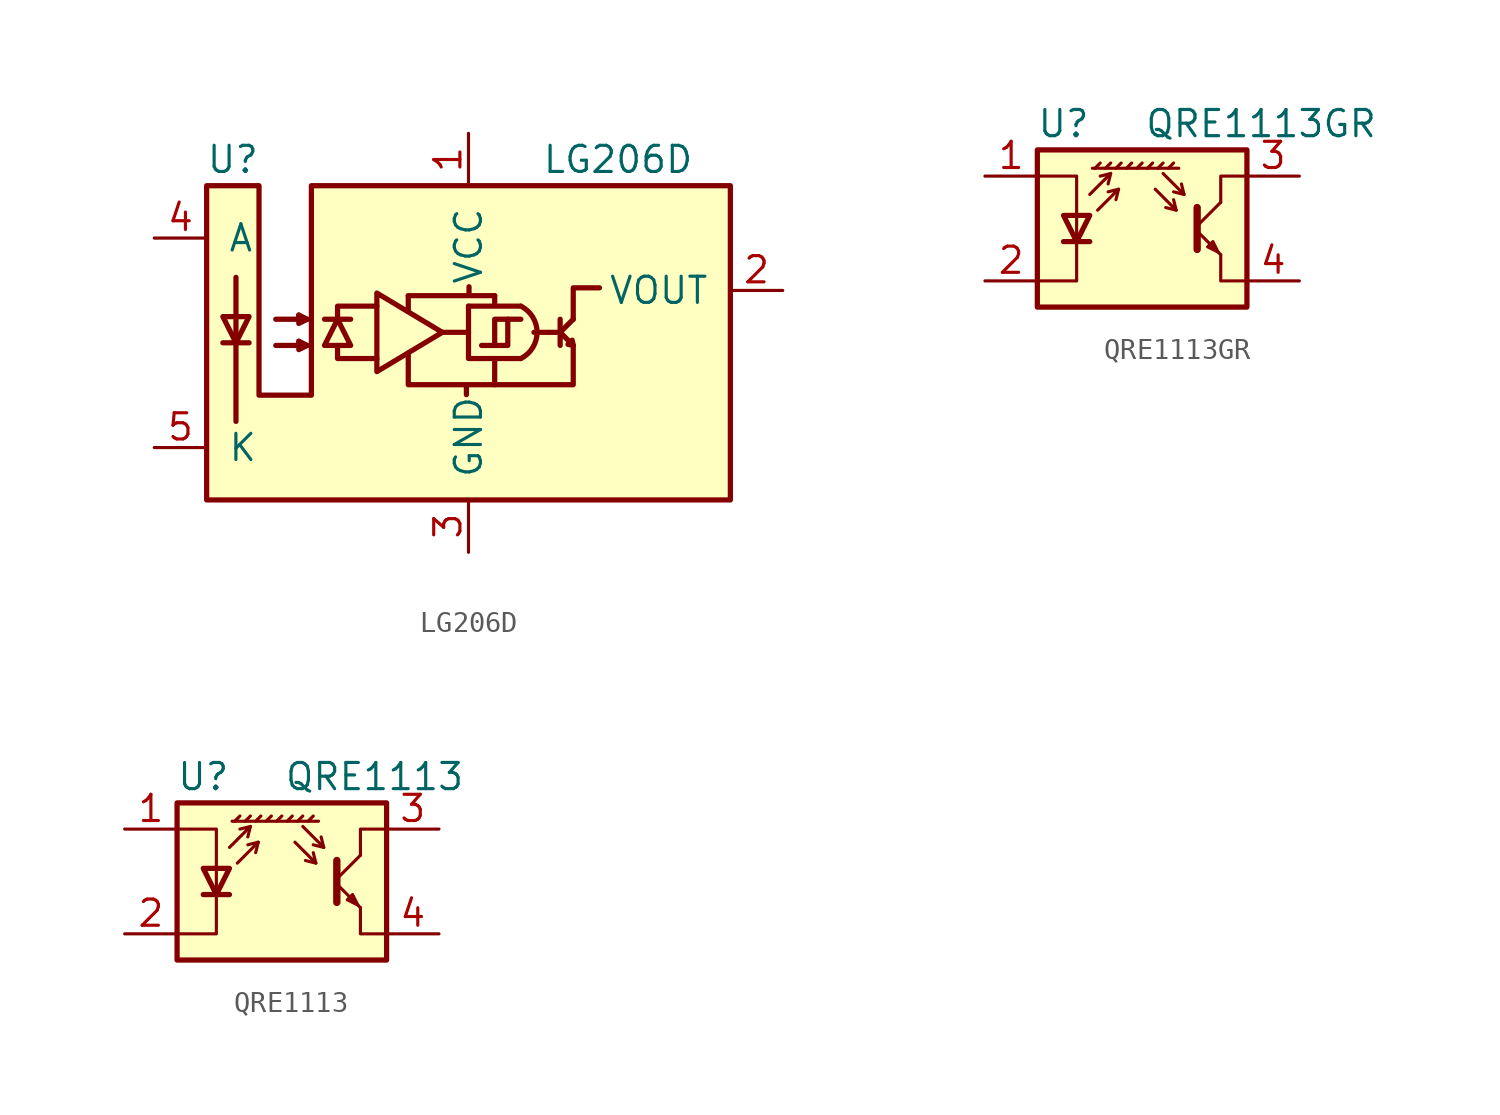
<source format=kicad_sym>
(kicad_symbol_lib
  (version 20211014)
  (generator kicad_symbol_editor)
  (symbol "LG206D"
    (pin_names
      (offset 1.016))
    (property "Reference" "U"
      (at -11.43 8.89 0)
      (effects (font (size 1.27 1.27))))
    (property "Value" "LG206D"
      (at 3.556 8.89 0)
      (effects (font (size 1.27 1.27)) (justify left)))
    (symbol "LG206D_0_1"
      (polyline (pts (xy -11.913 0) (xy -10.643 0)) (stroke (width 0.254) (type default) (color 0 0 0 0)) (fill (type none)))
      (polyline (pts (xy -11.278 -3.81) (xy -11.278 3.175)) (stroke (width 0.254) (type default) (color 0 0 0 0)) (fill (type none)))
      (polyline (pts (xy -6.985 1.143) (xy -5.715 1.143)) (stroke (width 0.254) (type default) (color 0 0 0 0)) (fill (type none)))
      (polyline (pts (xy -2.921 1.524) (xy -2.921 2.286)) (stroke (width 0.254) (type default) (color 0 0 0 0)) (fill (type none)))
      (polyline (pts (xy -2.921 2.286) (xy 1.27 2.286)) (stroke (width 0.254) (type default) (color 0 0 0 0)) (fill (type none)))
      (polyline (pts (xy -1.27 0.508) (xy 0 0.508)) (stroke (width 0.254) (type default) (color 0 0 0 0)) (fill (type none)))
      (polyline (pts (xy -0.102 -2.515) (xy -0.102 -2.083)) (stroke (width 0.254) (type default) (color 0 0 0 0)) (fill (type none)))
      (polyline (pts (xy 0 1.778) (xy 2.54 1.778)) (stroke (width 0.254) (type default) (color 0 0 0 0)) (fill (type none)))
      (polyline (pts (xy 0.025 2.311) (xy 0.025 2.718)) (stroke (width 0.254) (type default) (color 0 0 0 0)) (fill (type none)))
      (polyline (pts (xy 1.27 1.93) (xy 1.27 2.286)) (stroke (width 0.254) (type default) (color 0 0 0 0)) (fill (type none)))
      (polyline (pts (xy 3.175 0.508) (xy 4.445 0.508)) (stroke (width 0.254) (type default) (color 0 0 0 0)) (fill (type none)))
      (polyline (pts (xy 4.445 0.508) (xy 5.08 -0.127)) (stroke (width 0.254) (type default) (color 0 0 0 0)) (fill (type none)))
      (polyline (pts (xy 4.445 0.508) (xy 5.08 1.143)) (stroke (width 0.254) (type default) (color 0 0 0 0)) (fill (type none)))
      (polyline (pts (xy 4.445 1.143) (xy 4.445 -0.127)) (stroke (width 0.254) (type default) (color 0 0 0 0)) (fill (type none)))
      (polyline (pts (xy -9.347 -0.127) (xy -7.823 -0.127) (xy -8.23 0.076)) (stroke (width 0.254) (type default) (color 0 0 0 0)) (fill (type none)))
      (polyline (pts (xy -9.347 1.143) (xy -7.823 1.143) (xy -8.23 1.346)) (stroke (width 0.254) (type default) (color 0 0 0 0)) (fill (type none)))
      (polyline (pts (xy -8.23 0.076) (xy -8.23 -0.33) (xy -7.823 -0.127)) (stroke (width 0.254) (type default) (color 0 0 0 0)) (fill (type none)))
      (polyline (pts (xy -8.23 1.346) (xy -8.23 0.94) (xy -7.823 1.143)) (stroke (width 0.254) (type default) (color 0 0 0 0)) (fill (type none)))
      (polyline (pts (xy -6.35 -0.127) (xy -6.35 -0.762) (xy -4.445 -0.762)) (stroke (width 0.254) (type default) (color 0 0 0 0)) (fill (type none)))
      (polyline (pts (xy -6.35 1.143) (xy -6.35 1.778) (xy -4.445 1.778)) (stroke (width 0.254) (type default) (color 0 0 0 0)) (fill (type none)))
      (polyline (pts (xy 0 1.778) (xy 0 -0.762) (xy 2.54 -0.762)) (stroke (width 0.254) (type default) (color 0 0 0 0)) (fill (type none)))
      (polyline (pts (xy 1.27 -2.032) (xy -2.921 -2.032) (xy -2.921 -0.508)) (stroke (width 0.254) (type default) (color 0 0 0 0)) (fill (type none)))
      (polyline (pts (xy 1.905 1.143) (xy 1.27 1.143) (xy 1.27 -0.127)) (stroke (width 0.254) (type default) (color 0 0 0 0)) (fill (type none)))
      (polyline (pts (xy 5.08 1.143) (xy 5.08 2.667) (xy 6.35 2.667)) (stroke (width 0.254) (type default) (color 0 0 0 0)) (fill (type none)))
      (polyline (pts (xy -11.913 1.27) (xy -10.643 1.27) (xy -11.278 0) (xy -11.913 1.27)) (stroke (width 0.254) (type default) (color 0 0 0 0)) (fill (type none)))
      (polyline (pts (xy -6.985 -0.127) (xy -5.715 -0.127) (xy -6.35 1.143) (xy -6.985 -0.127)) (stroke (width 0.254) (type default) (color 0 0 0 0)) (fill (type none)))
      (polyline (pts (xy -4.445 2.413) (xy -4.445 -1.397) (xy -1.27 0.508) (xy -4.445 2.413)) (stroke (width 0.254) (type default) (color 0 0 0 0)) (fill (type none)))
      (polyline (pts (xy 0.635 -0.127) (xy 1.905 -0.127) (xy 1.905 1.143) (xy 2.54 1.143)) (stroke (width 0.254) (type default) (color 0 0 0 0)) (fill (type none)))
      (polyline (pts (xy 1.27 -0.762) (xy 1.27 -2.032) (xy 5.08 -2.032) (xy 5.08 -0.127)) (stroke (width 0.254) (type default) (color 0 0 0 0)) (fill (type none)))
      (polyline (pts (xy 5.08 -0.127) (xy 4.826 -0.076) (xy 5.029 0.127) (xy 5.08 -0.127)) (stroke (width 0.254) (type default) (color 0 0 0 0)) (fill (type none)))
      (polyline (pts (xy -12.7 -7.62) (xy 12.7 -7.62) (xy 12.7 7.62) (xy -7.62 7.62) (xy -7.62 -2.54) (xy -10.16 -2.54) (xy -10.16 7.62) (xy -12.7 7.62) (xy -12.7 -7.62)) (stroke (width 0.254) (type default) (color 0 0 0 0)) (fill (type background)))
      (arc (start 2.54 -0.762) (mid 3.3249 0.508) (end 2.54 1.778) (stroke (width 0.254) (type default) (color 0 0 0 0)) (fill (type none))))
    (symbol "LG206D_1_1"
      (pin power_in line (at 0 10.16 270) (length 2.54) (name "VCC" (effects (font (size 1.27 1.27)))) (number "1" (effects (font (size 1.27 1.27)))))
      (pin open_collector line (at 15.24 2.54 180) (length 2.54) (name "VOUT" (effects (font (size 1.27 1.27)))) (number "2" (effects (font (size 1.27 1.27)))))
      (pin power_in line (at 0 -10.16 90) (length 2.54) (name "GND" (effects (font (size 1.27 1.27)))) (number "3" (effects (font (size 1.27 1.27)))))
      (pin passive line (at -15.24 5.08 0) (length 2.54) (name "A" (effects (font (size 1.27 1.27)))) (number "4" (effects (font (size 1.27 1.27)))))
      (pin passive line (at -15.24 -5.08 0) (length 2.54) (name "K" (effects (font (size 1.27 1.27)))) (number "5" (effects (font (size 1.27 1.27)))))))
  (symbol "QRE1113GR"
    (pin_names
      (offset 0.025) hide)
    (property "Reference" "U"
      (at -3.81 5.08 0)
      (effects (font (size 1.27 1.27))))
    (property "Value" "QRE1113GR"
      (at 11.43 5.08 0)
      (effects (font (size 1.27 1.27)) (justify right)))
    (symbol "QRE1113GR_0_1"
      (polyline (pts (xy -3.81 -0.635) (xy -2.54 -0.635)) (stroke (width 0.254) (type default) (color 0 0 0 0)) (fill (type none)))
      (polyline (pts (xy -2.286 2.921) (xy -2.032 3.175)) (stroke (width 0) (type default) (color 0 0 0 0)) (fill (type none)))
      (polyline (pts (xy -1.778 2.921) (xy -1.524 3.175)) (stroke (width 0) (type default) (color 0 0 0 0)) (fill (type none)))
      (polyline (pts (xy -1.524 2.667) (xy -1.651 2.159)) (stroke (width 0) (type default) (color 0 0 0 0)) (fill (type none)))
      (polyline (pts (xy -1.27 2.921) (xy -1.016 3.175)) (stroke (width 0) (type default) (color 0 0 0 0)) (fill (type none)))
      (polyline (pts (xy -1.143 1.905) (xy -1.27 1.397)) (stroke (width 0) (type default) (color 0 0 0 0)) (fill (type none)))
      (polyline (pts (xy -0.762 2.921) (xy -0.508 3.175)) (stroke (width 0) (type default) (color 0 0 0 0)) (fill (type none)))
      (polyline (pts (xy -0.254 2.921) (xy 0 3.175)) (stroke (width 0) (type default) (color 0 0 0 0)) (fill (type none)))
      (polyline (pts (xy 0.254 2.921) (xy 0.508 3.175)) (stroke (width 0) (type default) (color 0 0 0 0)) (fill (type none)))
      (polyline (pts (xy 0.762 2.921) (xy 1.016 3.175)) (stroke (width 0) (type default) (color 0 0 0 0)) (fill (type none)))
      (polyline (pts (xy 1.27 2.921) (xy 1.524 3.175)) (stroke (width 0) (type default) (color 0 0 0 0)) (fill (type none)))
      (polyline (pts (xy 1.651 0.889) (xy 1.143 1.016)) (stroke (width 0) (type default) (color 0 0 0 0)) (fill (type none)))
      (polyline (pts (xy 1.778 2.921) (xy -2.413 2.921)) (stroke (width 0) (type default) (color 0 0 0 0)) (fill (type none)))
      (polyline (pts (xy 2.032 1.651) (xy 1.524 1.778)) (stroke (width 0) (type default) (color 0 0 0 0)) (fill (type none)))
      (polyline (pts (xy 2.667 -0.127) (xy 3.81 -1.27)) (stroke (width 0) (type default) (color 0 0 0 0)) (fill (type none)))
      (polyline (pts (xy 2.667 0.127) (xy 3.81 1.27)) (stroke (width 0) (type default) (color 0 0 0 0)) (fill (type none)))
      (polyline (pts (xy -2.54 1.651) (xy -1.524 2.667) (xy -2.032 2.54)) (stroke (width 0) (type default) (color 0 0 0 0)) (fill (type none)))
      (polyline (pts (xy -2.159 0.889) (xy -1.143 1.905) (xy -1.651 1.778)) (stroke (width 0) (type default) (color 0 0 0 0)) (fill (type none)))
      (polyline (pts (xy 0.635 1.905) (xy 1.651 0.889) (xy 1.524 1.397)) (stroke (width 0) (type default) (color 0 0 0 0)) (fill (type none)))
      (polyline (pts (xy 1.016 2.667) (xy 2.032 1.651) (xy 1.905 2.159)) (stroke (width 0) (type default) (color 0 0 0 0)) (fill (type none)))
      (polyline (pts (xy 2.667 1.016) (xy 2.667 -1.016) (xy 2.667 -1.016)) (stroke (width 0.356) (type default) (color 0 0 0 0)) (fill (type none)))
      (polyline (pts (xy 3.81 -1.27) (xy 3.81 -2.54) (xy 5.08 -2.54)) (stroke (width 0) (type default) (color 0 0 0 0)) (fill (type none)))
      (polyline (pts (xy 3.81 1.27) (xy 3.81 2.54) (xy 5.08 2.54)) (stroke (width 0) (type default) (color 0 0 0 0)) (fill (type none)))
      (polyline (pts (xy -5.08 -2.54) (xy -3.175 -2.54) (xy -3.175 2.54) (xy -5.08 2.54)) (stroke (width 0) (type default) (color 0 0 0 0)) (fill (type none)))
      (polyline (pts (xy -3.175 -0.635) (xy -3.81 0.635) (xy -2.54 0.635) (xy -3.175 -0.635)) (stroke (width 0.254) (type default) (color 0 0 0 0)) (fill (type none)))
      (polyline (pts (xy 3.683 -1.143) (xy 3.429 -0.635) (xy 3.175 -0.889) (xy 3.683 -1.143)) (stroke (width 0) (type default) (color 0 0 0 0)) (fill (type none)))
      (polyline (pts (xy -5.08 -3.81) (xy 5.08 -3.81) (xy 5.08 3.81) (xy -5.08 3.81) (xy -5.08 -3.81)) (stroke (width 0.254) (type default) (color 0 0 0 0)) (fill (type background))))
    (symbol "QRE1113GR_1_1"
      (pin passive line (at -7.62 2.54 0) (length 2.54) (name "A" (effects (font (size 1.27 1.27)))) (number "1" (effects (font (size 1.27 1.27)))))
      (pin passive line (at -7.62 -2.54 0) (length 2.54) (name "K" (effects (font (size 1.27 1.27)))) (number "2" (effects (font (size 1.27 1.27)))))
      (pin open_collector line (at 7.62 2.54 180) (length 2.54) (name "~" (effects (font (size 1.27 1.27)))) (number "3" (effects (font (size 1.27 1.27)))))
      (pin open_emitter line (at 7.62 -2.54 180) (length 2.54) (name "~" (effects (font (size 1.27 1.27)))) (number "4" (effects (font (size 1.27 1.27)))))))
  (symbol "QRE1113"
    (pin_names
      (offset 0.025) hide)
    (property "Reference" "U"
      (at -3.81 5.08 0)
      (effects (font (size 1.27 1.27))))
    (property "Value" "QRE1113"
      (at 8.89 5.08 0)
      (effects (font (size 1.27 1.27)) (justify right)))
    (symbol "QRE1113_0_1"
      (polyline (pts (xy -3.81 -0.635) (xy -2.54 -0.635)) (stroke (width 0.254) (type default) (color 0 0 0 0)) (fill (type none)))
      (polyline (pts (xy -2.286 2.921) (xy -2.032 3.175)) (stroke (width 0) (type default) (color 0 0 0 0)) (fill (type none)))
      (polyline (pts (xy -1.778 2.921) (xy -1.524 3.175)) (stroke (width 0) (type default) (color 0 0 0 0)) (fill (type none)))
      (polyline (pts (xy -1.524 2.667) (xy -1.651 2.159)) (stroke (width 0) (type default) (color 0 0 0 0)) (fill (type none)))
      (polyline (pts (xy -1.27 2.921) (xy -1.016 3.175)) (stroke (width 0) (type default) (color 0 0 0 0)) (fill (type none)))
      (polyline (pts (xy -1.143 1.905) (xy -1.27 1.397)) (stroke (width 0) (type default) (color 0 0 0 0)) (fill (type none)))
      (polyline (pts (xy -0.762 2.921) (xy -0.508 3.175)) (stroke (width 0) (type default) (color 0 0 0 0)) (fill (type none)))
      (polyline (pts (xy -0.254 2.921) (xy 0 3.175)) (stroke (width 0) (type default) (color 0 0 0 0)) (fill (type none)))
      (polyline (pts (xy 0.254 2.921) (xy 0.508 3.175)) (stroke (width 0) (type default) (color 0 0 0 0)) (fill (type none)))
      (polyline (pts (xy 0.762 2.921) (xy 1.016 3.175)) (stroke (width 0) (type default) (color 0 0 0 0)) (fill (type none)))
      (polyline (pts (xy 1.27 2.921) (xy 1.524 3.175)) (stroke (width 0) (type default) (color 0 0 0 0)) (fill (type none)))
      (polyline (pts (xy 1.651 0.889) (xy 1.143 1.016)) (stroke (width 0) (type default) (color 0 0 0 0)) (fill (type none)))
      (polyline (pts (xy 1.778 2.921) (xy -2.413 2.921)) (stroke (width 0) (type default) (color 0 0 0 0)) (fill (type none)))
      (polyline (pts (xy 2.032 1.651) (xy 1.524 1.778)) (stroke (width 0) (type default) (color 0 0 0 0)) (fill (type none)))
      (polyline (pts (xy 2.667 -0.127) (xy 3.81 -1.27)) (stroke (width 0) (type default) (color 0 0 0 0)) (fill (type none)))
      (polyline (pts (xy 2.667 0.127) (xy 3.81 1.27)) (stroke (width 0) (type default) (color 0 0 0 0)) (fill (type none)))
      (polyline (pts (xy -2.54 1.651) (xy -1.524 2.667) (xy -2.032 2.54)) (stroke (width 0) (type default) (color 0 0 0 0)) (fill (type none)))
      (polyline (pts (xy -2.159 0.889) (xy -1.143 1.905) (xy -1.651 1.778)) (stroke (width 0) (type default) (color 0 0 0 0)) (fill (type none)))
      (polyline (pts (xy 0.635 1.905) (xy 1.651 0.889) (xy 1.524 1.397)) (stroke (width 0) (type default) (color 0 0 0 0)) (fill (type none)))
      (polyline (pts (xy 1.016 2.667) (xy 2.032 1.651) (xy 1.905 2.159)) (stroke (width 0) (type default) (color 0 0 0 0)) (fill (type none)))
      (polyline (pts (xy 2.667 1.016) (xy 2.667 -1.016) (xy 2.667 -1.016)) (stroke (width 0.356) (type default) (color 0 0 0 0)) (fill (type none)))
      (polyline (pts (xy 3.81 -1.27) (xy 3.81 -2.54) (xy 5.08 -2.54)) (stroke (width 0) (type default) (color 0 0 0 0)) (fill (type none)))
      (polyline (pts (xy 3.81 1.27) (xy 3.81 2.54) (xy 5.08 2.54)) (stroke (width 0) (type default) (color 0 0 0 0)) (fill (type none)))
      (polyline (pts (xy -5.08 -2.54) (xy -3.175 -2.54) (xy -3.175 2.54) (xy -5.08 2.54)) (stroke (width 0) (type default) (color 0 0 0 0)) (fill (type none)))
      (polyline (pts (xy -3.175 -0.635) (xy -3.81 0.635) (xy -2.54 0.635) (xy -3.175 -0.635)) (stroke (width 0.254) (type default) (color 0 0 0 0)) (fill (type none)))
      (polyline (pts (xy 3.683 -1.143) (xy 3.429 -0.635) (xy 3.175 -0.889) (xy 3.683 -1.143)) (stroke (width 0) (type default) (color 0 0 0 0)) (fill (type none)))
      (polyline (pts (xy -5.08 -3.81) (xy 5.08 -3.81) (xy 5.08 3.81) (xy -5.08 3.81) (xy -5.08 -3.81)) (stroke (width 0.254) (type default) (color 0 0 0 0)) (fill (type background))))
    (symbol "QRE1113_1_1"
      (pin passive line (at -7.62 2.54 0) (length 2.54) (name "A" (effects (font (size 1.27 1.27)))) (number "1" (effects (font (size 1.27 1.27)))))
      (pin passive line (at -7.62 -2.54 0) (length 2.54) (name "K" (effects (font (size 1.27 1.27)))) (number "2" (effects (font (size 1.27 1.27)))))
      (pin open_collector line (at 7.62 2.54 180) (length 2.54) (name "~" (effects (font (size 1.27 1.27)))) (number "3" (effects (font (size 1.27 1.27)))))
      (pin open_emitter line (at 7.62 -2.54 180) (length 2.54) (name "~" (effects (font (size 1.27 1.27)))) (number "4" (effects (font (size 1.27 1.27))))))))
</source>
